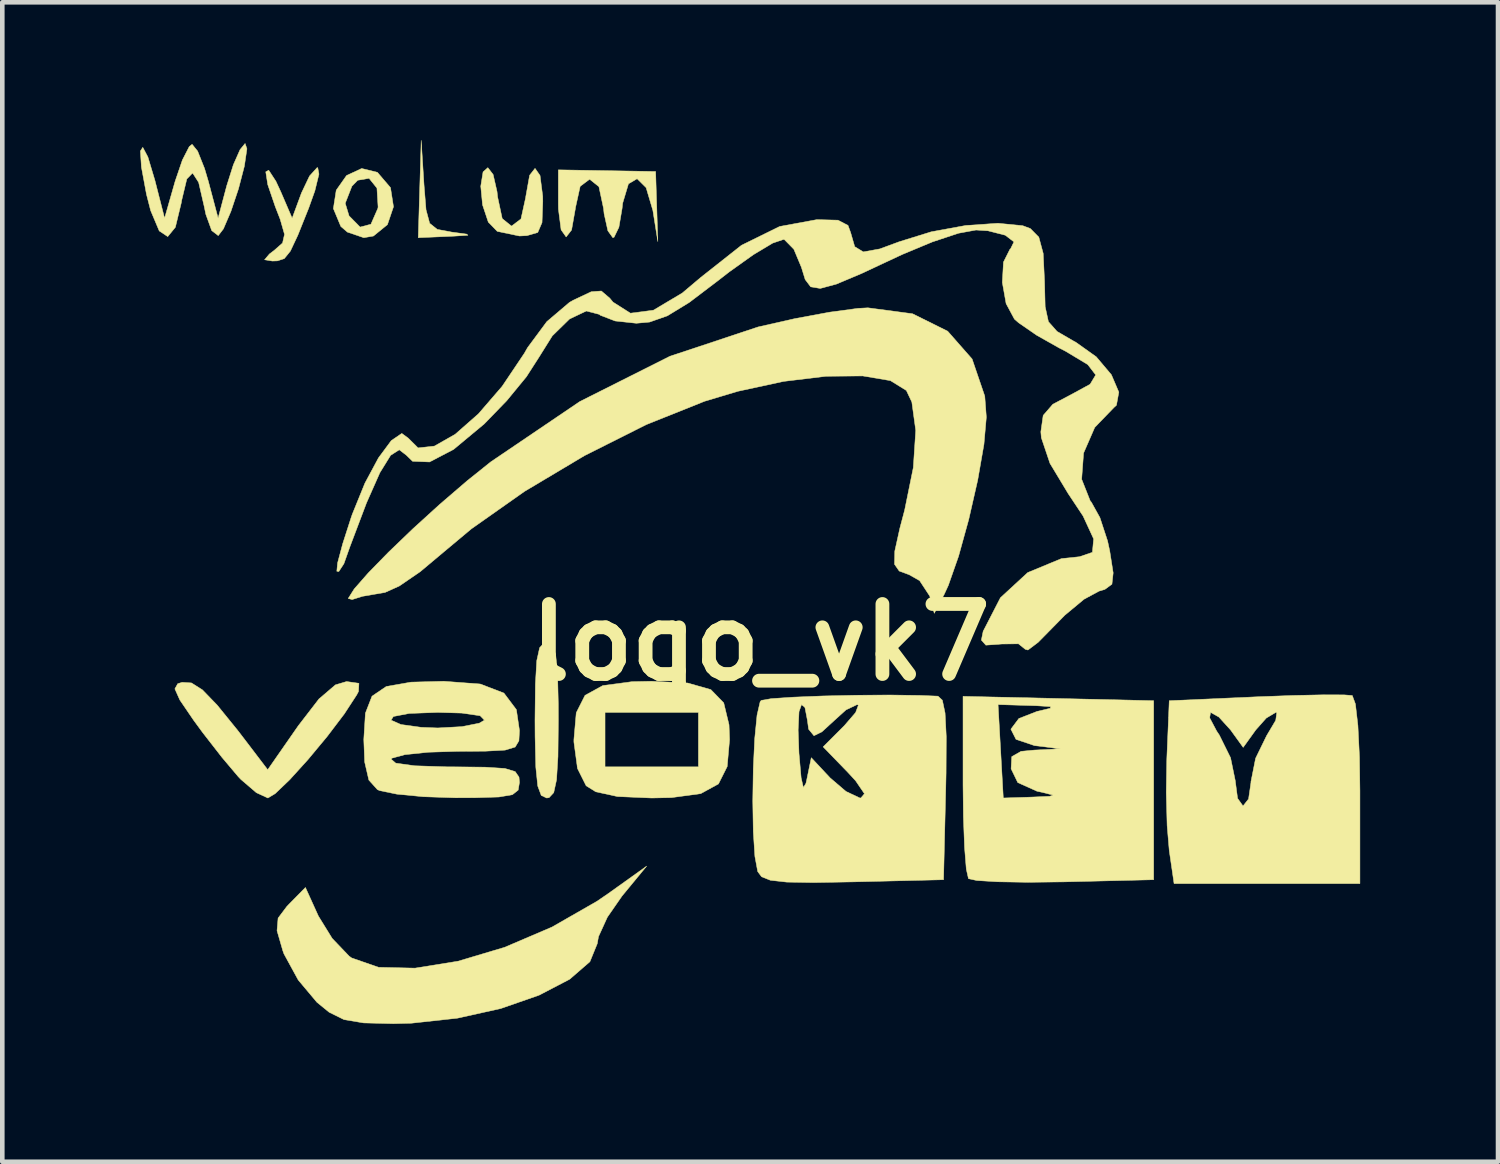
<source format=kicad_pcb>
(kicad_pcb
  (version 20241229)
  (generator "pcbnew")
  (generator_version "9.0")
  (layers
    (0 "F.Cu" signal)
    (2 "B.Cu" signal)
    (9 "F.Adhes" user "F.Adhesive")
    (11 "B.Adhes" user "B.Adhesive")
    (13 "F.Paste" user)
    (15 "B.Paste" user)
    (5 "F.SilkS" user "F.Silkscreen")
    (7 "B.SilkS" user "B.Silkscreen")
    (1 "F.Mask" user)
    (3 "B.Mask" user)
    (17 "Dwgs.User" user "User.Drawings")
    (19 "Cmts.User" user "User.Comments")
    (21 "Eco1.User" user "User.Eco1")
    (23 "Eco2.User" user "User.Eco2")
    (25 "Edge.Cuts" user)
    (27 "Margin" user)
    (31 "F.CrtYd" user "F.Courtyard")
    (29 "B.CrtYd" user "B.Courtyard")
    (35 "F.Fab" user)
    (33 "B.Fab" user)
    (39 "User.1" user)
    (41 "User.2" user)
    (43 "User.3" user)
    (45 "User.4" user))
  (footprint "logo_vk7"
    (layer "F.Cu")
    (at 13.502 10.927)
    (property "Reference" "logo_vk7" (at 0 0 0) (layer "F.SilkS") (effects (font (size 1.524 1.524) (thickness 0.3))))
    (attr through_hole)
    (fp_poly (pts (xy -7.326 -9.958) (xy -7.282 -9.413) (xy -7.203 -9.118) (xy -7.038 -8.986) (xy -6.737 -8.929) (xy -6.723 -8.927) (xy -6.394 -8.882) (xy -6.371 -8.858) (xy -6.668 -8.839) (xy -6.816 -8.832) (xy -7.451 -8.805) (xy -7.419 -9.864) (xy -7.387 -10.922) (xy -7.326 -9.958)) (stroke (width 0.01) (type solid)) (fill yes) (layer "F.SilkS"))
    (fp_poly (pts (xy -4.538 0.056) (xy -4.462 0.261) (xy -4.42 0.671) (xy -4.404 1.341) (xy -4.403 1.693) (xy -4.411 2.483) (xy -4.442 2.99) (xy -4.503 3.27) (xy -4.604 3.379) (xy -4.657 3.387) (xy -4.775 3.331) (xy -4.851 3.126) (xy -4.893 2.716) (xy -4.909 2.046) (xy -4.911 1.693) (xy -4.902 0.904) (xy -4.872 0.397) (xy -4.81 0.117) (xy -4.71 0.008) (xy -4.657 0) (xy -4.538 0.056)) (stroke (width 0.01) (type solid)) (fill yes) (layer "F.SilkS"))
    (fp_poly (pts (xy -5.822 -10.18) (xy -5.737 -9.808) (xy -5.725 -9.694) (xy -5.624 -9.22) (xy -5.424 -9.059) (xy -5.419 -9.059) (xy -5.216 -9.213) (xy -5.113 -9.681) (xy -5.112 -9.694) (xy -5.028 -10.163) (xy -4.91 -10.314) (xy -4.801 -10.158) (xy -4.743 -9.707) (xy -4.741 -9.593) (xy -4.758 -9.134) (xy -4.851 -8.918) (xy -5.086 -8.85) (xy -5.249 -8.842) (xy -5.732 -8.943) (xy -5.927 -9.144) (xy -6.052 -9.519) (xy -6.091 -9.925) (xy -6.041 -10.236) (xy -5.937 -10.329) (xy -5.822 -10.18)) (stroke (width 0.01) (type solid)) (fill yes) (layer "F.SilkS"))
    (fp_poly (pts (xy -9.612 -10.188) (xy -9.701 -9.824) (xy -9.835 -9.449) (xy -10.072 -8.857) (xy -10.234 -8.513) (xy -10.366 -8.35) (xy -10.515 -8.301) (xy -10.626 -8.297) (xy -10.795 -8.325) (xy -10.69 -8.45) (xy -10.588 -8.527) (xy -10.404 -8.689) (xy -10.361 -8.878) (xy -10.455 -9.205) (xy -10.562 -9.48) (xy -10.726 -9.961) (xy -10.769 -10.238) (xy -10.705 -10.273) (xy -10.548 -10.032) (xy -10.44 -9.799) (xy -10.195 -9.229) (xy -9.992 -9.779) (xy -9.817 -10.147) (xy -9.655 -10.326) (xy -9.638 -10.329) (xy -9.612 -10.188)) (stroke (width 0.01) (type solid)) (fill yes) (layer "F.SilkS"))
    (fp_poly (pts (xy -8.34 -10.227) (xy -8.055 -9.894) (xy -7.99 -9.478) (xy -8.122 -9.089) (xy -8.427 -8.841) (xy -8.636 -8.805) (xy -8.994 -8.927) (xy -9.136 -9.05) (xy -9.298 -9.439) (xy -9.28 -9.554) (xy -9.04 -9.554) (xy -8.957 -9.28) (xy -8.716 -9.036) (xy -8.481 -9.098) (xy -8.33 -9.443) (xy -8.325 -9.473) (xy -8.35 -9.884) (xy -8.521 -10.097) (xy -8.768 -10.055) (xy -8.895 -9.925) (xy -9.04 -9.554) (xy -9.28 -9.554) (xy -9.236 -9.838) (xy -9.011 -10.158) (xy -8.682 -10.311) (xy -8.34 -10.227)) (stroke (width 0.01) (type solid)) (fill yes) (layer "F.SilkS"))
    (fp_poly (pts (xy -3.344 -10.263) (xy -2.286 -10.245) (xy -2.262 -9.483) (xy -2.238 -8.721) (xy -2.346 -9.398) (xy -2.493 -9.894) (xy -2.689 -10.088) (xy -2.877 -9.977) (xy -3.003 -9.557) (xy -3.016 -9.44) (xy -3.085 -9.032) (xy -3.19 -8.816) (xy -3.217 -8.805) (xy -3.325 -8.955) (xy -3.407 -9.326) (xy -3.419 -9.44) (xy -3.52 -9.915) (xy -3.72 -10.075) (xy -3.725 -10.075) (xy -3.928 -9.922) (xy -4.031 -9.454) (xy -4.032 -9.44) (xy -4.115 -8.972) (xy -4.233 -8.821) (xy -4.343 -8.977) (xy -4.401 -9.426) (xy -4.403 -9.543) (xy -4.403 -10.281) (xy -3.344 -10.263)) (stroke (width 0.01) (type solid)) (fill yes) (layer "F.SilkS"))
    (fp_poly (pts (xy -1.589 0.885) (xy -1.085 1.028) (xy -0.804 1.317) (xy -0.689 1.794) (xy -0.677 2.117) (xy -0.729 2.703) (xy -0.919 3.081) (xy -1.305 3.292) (xy -1.94 3.378) (xy -2.371 3.387) (xy -3.116 3.355) (xy -3.588 3.252) (xy -3.798 3.121) (xy -3.986 2.745) (xy -4.064 2.168) (xy -4.064 2.117) (xy -4.013 1.531) (xy -4.009 1.524) (xy -3.387 1.524) (xy -3.387 2.709) (xy -1.355 2.709) (xy -1.355 1.524) (xy -3.387 1.524) (xy -4.009 1.524) (xy -3.822 1.153) (xy -3.436 0.941) (xy -2.801 0.856) (xy -2.371 0.847) (xy -1.589 0.885)) (stroke (width 0.01) (type solid)) (fill yes) (layer "F.SilkS"))
    (fp_poly (pts (xy -8.742 0.891) (xy -8.751 1.068) (xy -8.79 1.143) (xy -9.058 1.554) (xy -9.433 2.048) (xy -9.851 2.551) (xy -10.249 2.99) (xy -10.565 3.292) (xy -10.723 3.387) (xy -10.974 3.271) (xy -11.308 2.985) (xy -11.369 2.921) (xy -11.722 2.503) (xy -12.139 1.967) (xy -12.34 1.693) (xy -12.639 1.254) (xy -12.747 1.012) (xy -12.685 0.9) (xy -12.589 0.87) (xy -12.386 0.883) (xy -12.147 1.034) (xy -11.827 1.365) (xy -11.379 1.917) (xy -11.163 2.199) (xy -10.727 2.772) (xy -10.062 1.816) (xy -9.612 1.232) (xy -9.253 0.925) (xy -9.011 0.853) (xy -8.742 0.891)) (stroke (width 0.01) (type solid)) (fill yes) (layer "F.SilkS"))
    (fp_poly (pts (xy -3.018 5.521) (xy -3.336 5.98) (xy -3.529 6.403) (xy -3.556 6.556) (xy -3.716 6.949) (xy -4.157 7.331) (xy -4.823 7.678) (xy -5.656 7.968) (xy -6.6 8.178) (xy -7.597 8.287) (xy -7.992 8.297) (xy -8.639 8.281) (xy -9.066 8.209) (xy -9.39 8.049) (xy -9.656 7.832) (xy -10.063 7.347) (xy -10.373 6.779) (xy -10.397 6.713) (xy -10.524 6.274) (xy -10.501 6) (xy -10.309 5.745) (xy -10.263 5.697) (xy -9.906 5.334) (xy -9.624 5.956) (xy -9.324 6.442) (xy -8.956 6.827) (xy -8.899 6.868) (xy -8.314 7.071) (xy -7.521 7.089) (xy -6.585 6.938) (xy -5.57 6.635) (xy -4.541 6.195) (xy -3.562 5.634) (xy -3.315 5.465) (xy -2.481 4.869) (xy -3.018 5.521)) (stroke (width 0.01) (type solid)) (fill yes) (layer "F.SilkS"))
    (fp_poly (pts (xy -11.179 -10.739) (xy -11.235 -10.36) (xy -11.363 -9.868) (xy -11.528 -9.376) (xy -11.69 -8.998) (xy -11.803 -8.85) (xy -11.945 -8.959) (xy -12.073 -9.313) (xy -12.106 -9.473) (xy -12.23 -10.009) (xy -12.361 -10.213) (xy -12.487 -10.083) (xy -12.599 -9.617) (xy -12.607 -9.566) (xy -12.736 -9.032) (xy -12.902 -8.829) (xy -13.087 -8.952) (xy -13.274 -9.396) (xy -13.365 -9.75) (xy -13.475 -10.343) (xy -13.497 -10.691) (xy -13.445 -10.771) (xy -13.334 -10.561) (xy -13.182 -10.054) (xy -12.971 -9.229) (xy -12.741 -10.033) (xy -12.583 -10.496) (xy -12.434 -10.787) (xy -12.372 -10.837) (xy -12.252 -10.689) (xy -12.101 -10.31) (xy -12.019 -10.033) (xy -11.806 -9.229) (xy -11.618 -9.937) (xy -11.474 -10.392) (xy -11.329 -10.72) (xy -11.219 -10.855) (xy -11.179 -10.739)) (stroke (width 0.01) (type solid)) (fill yes) (layer "F.SilkS"))
    (fp_poly (pts (xy 6.477 1.222) (xy 8.551 1.27) (xy 8.551 5.165) (xy 6.595 5.212) (xy 5.812 5.221) (xy 5.157 5.21) (xy 4.702 5.182) (xy 4.521 5.142) (xy 4.474 4.934) (xy 4.436 4.461) (xy 4.411 3.795) (xy 4.403 3.099) (xy 4.403 1.354) (xy 5.165 1.354) (xy 5.222 2.37) (xy 5.279 3.387) (xy 5.899 3.367) (xy 6.29 3.35) (xy 6.36 3.323) (xy 6.128 3.264) (xy 6.011 3.239) (xy 5.594 3.051) (xy 5.449 2.751) (xy 5.463 2.487) (xy 5.665 2.372) (xy 5.957 2.344) (xy 6.519 2.316) (xy 5.959 2.247) (xy 5.556 2.111) (xy 5.444 1.889) (xy 5.618 1.657) (xy 6.013 1.503) (xy 6.304 1.434) (xy 6.307 1.398) (xy 6 1.379) (xy 5.842 1.374) (xy 5.165 1.354) (xy 4.403 1.354) (xy 4.403 1.175) (xy 6.477 1.222)) (stroke (width 0.01) (type solid)) (fill yes) (layer "F.SilkS"))
    (fp_poly (pts (xy 12.693 1.143) (xy 12.873 1.157) (xy 12.941 1.342) (xy 12.995 1.807) (xy 13.029 2.495) (xy 13.039 3.231) (xy 13.039 5.249) (xy 8.995 5.249) (xy 8.89 4.53) (xy 8.844 3.988) (xy 8.825 3.267) (xy 8.837 2.54) (xy 8.875 1.642) (xy 9.769 1.642) (xy 9.923 1.933) (xy 9.979 2.016) (xy 10.224 2.511) (xy 10.329 3.022) (xy 10.329 3.032) (xy 10.377 3.395) (xy 10.492 3.556) (xy 10.499 3.556) (xy 10.616 3.408) (xy 10.668 3.052) (xy 10.668 3.032) (xy 10.769 2.523) (xy 11.012 2.025) (xy 11.018 2.016) (xy 11.207 1.697) (xy 11.23 1.531) (xy 11.208 1.524) (xy 11.001 1.648) (xy 10.773 1.905) (xy 10.499 2.286) (xy 10.224 1.905) (xy 9.97 1.625) (xy 9.789 1.524) (xy 9.769 1.642) (xy 8.875 1.642) (xy 8.89 1.27) (xy 10.799 1.185) (xy 11.578 1.156) (xy 12.234 1.142) (xy 12.693 1.143)) (stroke (width 0.01) (type solid)) (fill yes) (layer "F.SilkS"))
    (fp_poly (pts (xy -6.1 0.907) (xy -5.587 1.104) (xy -5.316 1.464) (xy -5.249 1.918) (xy -5.261 2.143) (xy -5.342 2.278) (xy -5.562 2.345) (xy -5.99 2.368) (xy -6.594 2.371) (xy -7.238 2.391) (xy -7.743 2.444) (xy -8.02 2.519) (xy -8.043 2.54) (xy -7.942 2.628) (xy -7.527 2.686) (xy -6.82 2.709) (xy -6.699 2.709) (xy -5.996 2.716) (xy -5.566 2.744) (xy -5.342 2.812) (xy -5.259 2.932) (xy -5.249 3.048) (xy -5.277 3.215) (xy -5.403 3.315) (xy -5.696 3.365) (xy -6.222 3.381) (xy -6.646 3.382) (xy -7.335 3.359) (xy -7.917 3.303) (xy -8.29 3.226) (xy -8.34 3.204) (xy -8.526 2.997) (xy -8.617 2.604) (xy -8.636 2.114) (xy -8.61 1.693) (xy -8.043 1.693) (xy -7.828 1.788) (xy -7.388 1.849) (xy -7.027 1.863) (xy -6.5 1.834) (xy -6.123 1.759) (xy -6.011 1.693) (xy -6.104 1.597) (xy -6.503 1.539) (xy -7.027 1.524) (xy -7.65 1.547) (xy -7.992 1.613) (xy -8.043 1.693) (xy -8.61 1.693) (xy -8.601 1.541) (xy -8.457 1.171) (xy -8.146 0.96) (xy -7.609 0.866) (xy -6.895 0.847) (xy -6.1 0.907)) (stroke (width 0.01) (type solid)) (fill yes) (layer "F.SilkS"))
    (fp_poly (pts (xy 3.304 -7.15) (xy 4.068 -6.771) (xy 4.6 -6.166) (xy 4.876 -5.357) (xy 4.91 -4.9) (xy 4.858 -4.309) (xy 4.722 -3.529) (xy 4.528 -2.678) (xy 4.306 -1.875) (xy 4.083 -1.239) (xy 3.995 -1.048) (xy 3.777 -0.632) (xy 3.679 -1.006) (xy 3.458 -1.343) (xy 3.23 -1.472) (xy 3.014 -1.552) (xy 2.912 -1.699) (xy 2.918 -1.985) (xy 3.028 -2.482) (xy 3.133 -2.879) (xy 3.321 -3.802) (xy 3.374 -4.61) (xy 3.289 -5.229) (xy 3.17 -5.48) (xy 2.823 -5.695) (xy 2.22 -5.797) (xy 1.424 -5.79) (xy 0.499 -5.678) (xy -0.495 -5.463) (xy -1.223 -5.245) (xy -2.491 -4.737) (xy -3.833 -4.063) (xy -5.138 -3.285) (xy -6.295 -2.47) (xy -6.906 -1.959) (xy -7.409 -1.537) (xy -7.863 -1.226) (xy -8.176 -1.085) (xy -8.198 -1.082) (xy -8.664 -1.002) (xy -8.89 -0.931) (xy -8.975 -0.955) (xy -8.845 -1.161) (xy -8.54 -1.509) (xy -8.101 -1.959) (xy -7.569 -2.47) (xy -6.983 -3.003) (xy -6.385 -3.517) (xy -5.873 -3.927) (xy -3.935 -5.24) (xy -1.975 -6.225) (xy -0.055 -6.863) (xy 0.744 -7.044) (xy 1.505 -7.185) (xy 2.114 -7.267) (xy 2.334 -7.279) (xy 3.304 -7.15)) (stroke (width 0.01) (type solid)) (fill yes) (layer "F.SilkS"))
    (fp_poly (pts (xy 3.464 1.155) (xy 3.858 1.171) (xy 3.953 1.259) (xy 4.012 1.538) (xy 4.038 2.052) (xy 4.034 2.844) (xy 4.027 3.175) (xy 3.979 5.165) (xy 2.01 5.212) (xy 1.149 5.227) (xy 0.569 5.217) (xy 0.212 5.177) (xy 0.019 5.1) (xy -0.065 4.987) (xy -0.126 4.657) (xy -0.161 4.116) (xy -0.172 3.451) (xy -0.161 2.749) (xy -0.13 2.097) (xy -0.111 1.908) (xy 0.815 1.908) (xy 0.833 2.413) (xy 0.88 2.947) (xy 0.929 3.16) (xy 0.985 3.067) (xy 1.002 2.991) (xy 1.101 2.51) (xy 1.511 2.949) (xy 1.856 3.244) (xy 2.154 3.385) (xy 2.179 3.387) (xy 2.258 3.294) (xy 2.065 3.011) (xy 1.898 2.83) (xy 1.359 2.274) (xy 1.819 1.814) (xy 2.066 1.527) (xy 2.126 1.366) (xy 2.097 1.355) (xy 1.857 1.469) (xy 1.609 1.693) (xy 1.333 1.946) (xy 1.159 2.032) (xy 1.043 1.89) (xy 1.016 1.693) (xy 0.963 1.418) (xy 0.889 1.354) (xy 0.834 1.508) (xy 0.815 1.908) (xy -0.111 1.908) (xy -0.079 1.583) (xy -0.012 1.293) (xy 0.012 1.263) (xy 0.231 1.225) (xy 0.705 1.193) (xy 1.349 1.167) (xy 2.08 1.151) (xy 2.813 1.146) (xy 3.464 1.155)) (stroke (width 0.01) (type solid)) (fill yes) (layer "F.SilkS"))
    (fp_poly (pts (xy 1.682 -9.186) (xy 1.9 -9.073) (xy 1.957 -8.917) (xy 2.046 -8.61) (xy 2.233 -8.496) (xy 2.592 -8.561) (xy 3.012 -8.716) (xy 3.711 -8.933) (xy 4.464 -9.071) (xy 5.163 -9.119) (xy 5.702 -9.066) (xy 5.868 -9.004) (xy 6.052 -8.817) (xy 6.147 -8.464) (xy 6.176 -7.86) (xy 6.176 -7.859) (xy 6.19 -7.304) (xy 6.261 -6.977) (xy 6.449 -6.765) (xy 6.808 -6.556) (xy 6.854 -6.532) (xy 7.302 -6.213) (xy 7.631 -5.823) (xy 7.793 -5.444) (xy 7.741 -5.159) (xy 7.689 -5.112) (xy 7.269 -4.677) (xy 7.026 -4.119) (xy 6.984 -3.549) (xy 7.17 -3.079) (xy 7.196 -3.048) (xy 7.381 -2.715) (xy 7.548 -2.206) (xy 7.595 -1.989) (xy 7.67 -1.511) (xy 7.643 -1.265) (xy 7.487 -1.151) (xy 7.364 -1.115) (xy 7.037 -0.939) (xy 6.618 -0.591) (xy 6.372 -0.34) (xy 6.038 -0.001) (xy 5.815 0.167) (xy 5.757 0.151) (xy 5.61 0.032) (xy 5.247 0.036) (xy 4.9 0.061) (xy 4.802 -0.049) (xy 4.841 -0.241) (xy 5.216 -0.97) (xy 5.81 -1.518) (xy 6.544 -1.822) (xy 6.937 -1.863) (xy 7.218 -1.959) (xy 7.245 -2.251) (xy 7.015 -2.749) (xy 6.689 -3.24) (xy 6.295 -3.894) (xy 6.107 -4.452) (xy 6.096 -4.581) (xy 6.147 -4.938) (xy 6.357 -5.181) (xy 6.761 -5.394) (xy 7.168 -5.616) (xy 7.29 -5.819) (xy 7.117 -6.044) (xy 6.637 -6.333) (xy 6.495 -6.406) (xy 6.004 -6.683) (xy 5.612 -6.954) (xy 5.521 -7.034) (xy 5.34 -7.371) (xy 5.258 -7.832) (xy 5.283 -8.274) (xy 5.423 -8.553) (xy 5.437 -8.563) (xy 5.511 -8.714) (xy 5.322 -8.859) (xy 4.946 -8.955) (xy 4.686 -8.972) (xy 4.304 -8.902) (xy 3.735 -8.713) (xy 3.092 -8.445) (xy 2.992 -8.399) (xy 2.195 -8.026) (xy 1.647 -7.795) (xy 1.296 -7.701) (xy 1.088 -7.736) (xy 0.968 -7.895) (xy 0.886 -8.161) (xy 0.722 -8.553) (xy 0.518 -8.761) (xy 0.497 -8.767) (xy 0.263 -8.688) (xy -0.156 -8.437) (xy -0.684 -8.061) (xy -0.919 -7.878) (xy -1.557 -7.394) (xy -2.03 -7.105) (xy -2.418 -6.969) (xy -2.706 -6.943) (xy -3.168 -6.993) (xy -3.49 -7.117) (xy -3.513 -7.137) (xy -3.794 -7.21) (xy -4.159 -7.036) (xy -4.534 -6.669) (xy -4.831 -6.194) (xy -5.097 -5.78) (xy -5.525 -5.259) (xy -6.015 -4.753) (xy -6.682 -4.198) (xy -7.205 -3.925) (xy -7.575 -3.94) (xy -7.71 -4.072) (xy -7.864 -4.19) (xy -8.052 -4.07) (xy -8.286 -3.692) (xy -8.577 -3.035) (xy -8.939 -2.078) (xy -9.069 -1.711) (xy -9.18 -1.541) (xy -9.223 -1.547) (xy -9.206 -1.729) (xy -9.095 -2.145) (xy -8.914 -2.708) (xy -8.886 -2.789) (xy -8.612 -3.463) (xy -8.317 -4.013) (xy -8.038 -4.39) (xy -7.809 -4.546) (xy -7.671 -4.445) (xy -7.455 -4.231) (xy -7.1 -4.27) (xy -6.648 -4.527) (xy -6.142 -4.972) (xy -5.626 -5.57) (xy -5.143 -6.289) (xy -5.073 -6.412) (xy -4.654 -6.978) (xy -4.16 -7.398) (xy -4.075 -7.446) (xy -3.687 -7.629) (xy -3.467 -7.645) (xy -3.284 -7.489) (xy -3.213 -7.403) (xy -2.834 -7.162) (xy -2.334 -7.227) (xy -1.706 -7.601) (xy -1.302 -7.942) (xy -0.418 -8.64) (xy 0.413 -9.049) (xy 1.222 -9.198) (xy 1.682 -9.186)) (stroke (width 0.01) (type solid)) (fill yes) (layer "F.SilkS")))
  (gr_rect
    (start -3 -3)
    (end 29.546 22.229)
    (stroke (width 0.1) (type default))
    (fill no)
    (layer "Edge.Cuts")))
</source>
